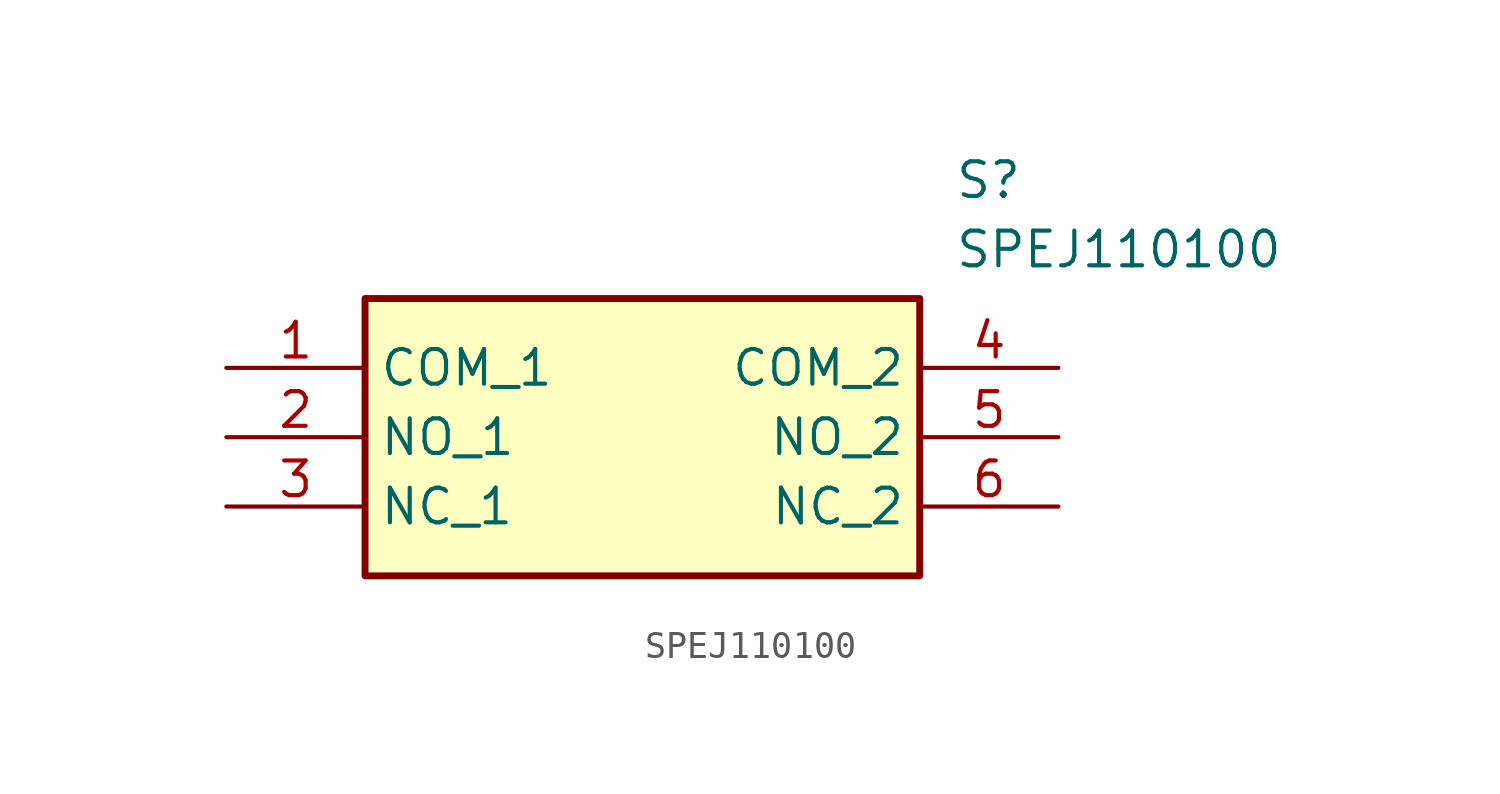
<source format=kicad_sym>
(kicad_symbol_lib
  (version 20211014)
  (generator SamacSys_ECAD_Model)
  (symbol "SPEJ110100"
    (property "Reference" "S"
      (at 26.67 7.62 0)
      (effects (font (size 1.27 1.27)) (justify left top)))
    (property "Value" "SPEJ110100"
      (at 26.67 5.08 0)
      (effects (font (size 1.27 1.27)) (justify left top)))
    (rectangle
      (start 5.08 2.54)
      (end 25.4 -7.62)
      (stroke (width 0.254) (type default))
      (fill (type background)))
    (pin passive line
      (at 0 0 0)
      (length 5.08)
      (name "COM_1" (effects (font (size 1.27 1.27))))
      (number "1" (effects (font (size 1.27 1.27)))))
    (pin passive line
      (at 0 -2.54 0)
      (length 5.08)
      (name "NO_1" (effects (font (size 1.27 1.27))))
      (number "2" (effects (font (size 1.27 1.27)))))
    (pin passive line
      (at 0 -5.08 0)
      (length 5.08)
      (name "NC_1" (effects (font (size 1.27 1.27))))
      (number "3" (effects (font (size 1.27 1.27)))))
    (pin passive line
      (at 30.48 0 180)
      (length 5.08)
      (name "COM_2" (effects (font (size 1.27 1.27))))
      (number "4" (effects (font (size 1.27 1.27)))))
    (pin passive line
      (at 30.48 -2.54 180)
      (length 5.08)
      (name "NO_2" (effects (font (size 1.27 1.27))))
      (number "5" (effects (font (size 1.27 1.27)))))
    (pin passive line
      (at 30.48 -5.08 180)
      (length 5.08)
      (name "NC_2" (effects (font (size 1.27 1.27))))
      (number "6" (effects (font (size 1.27 1.27)))))))
</source>
